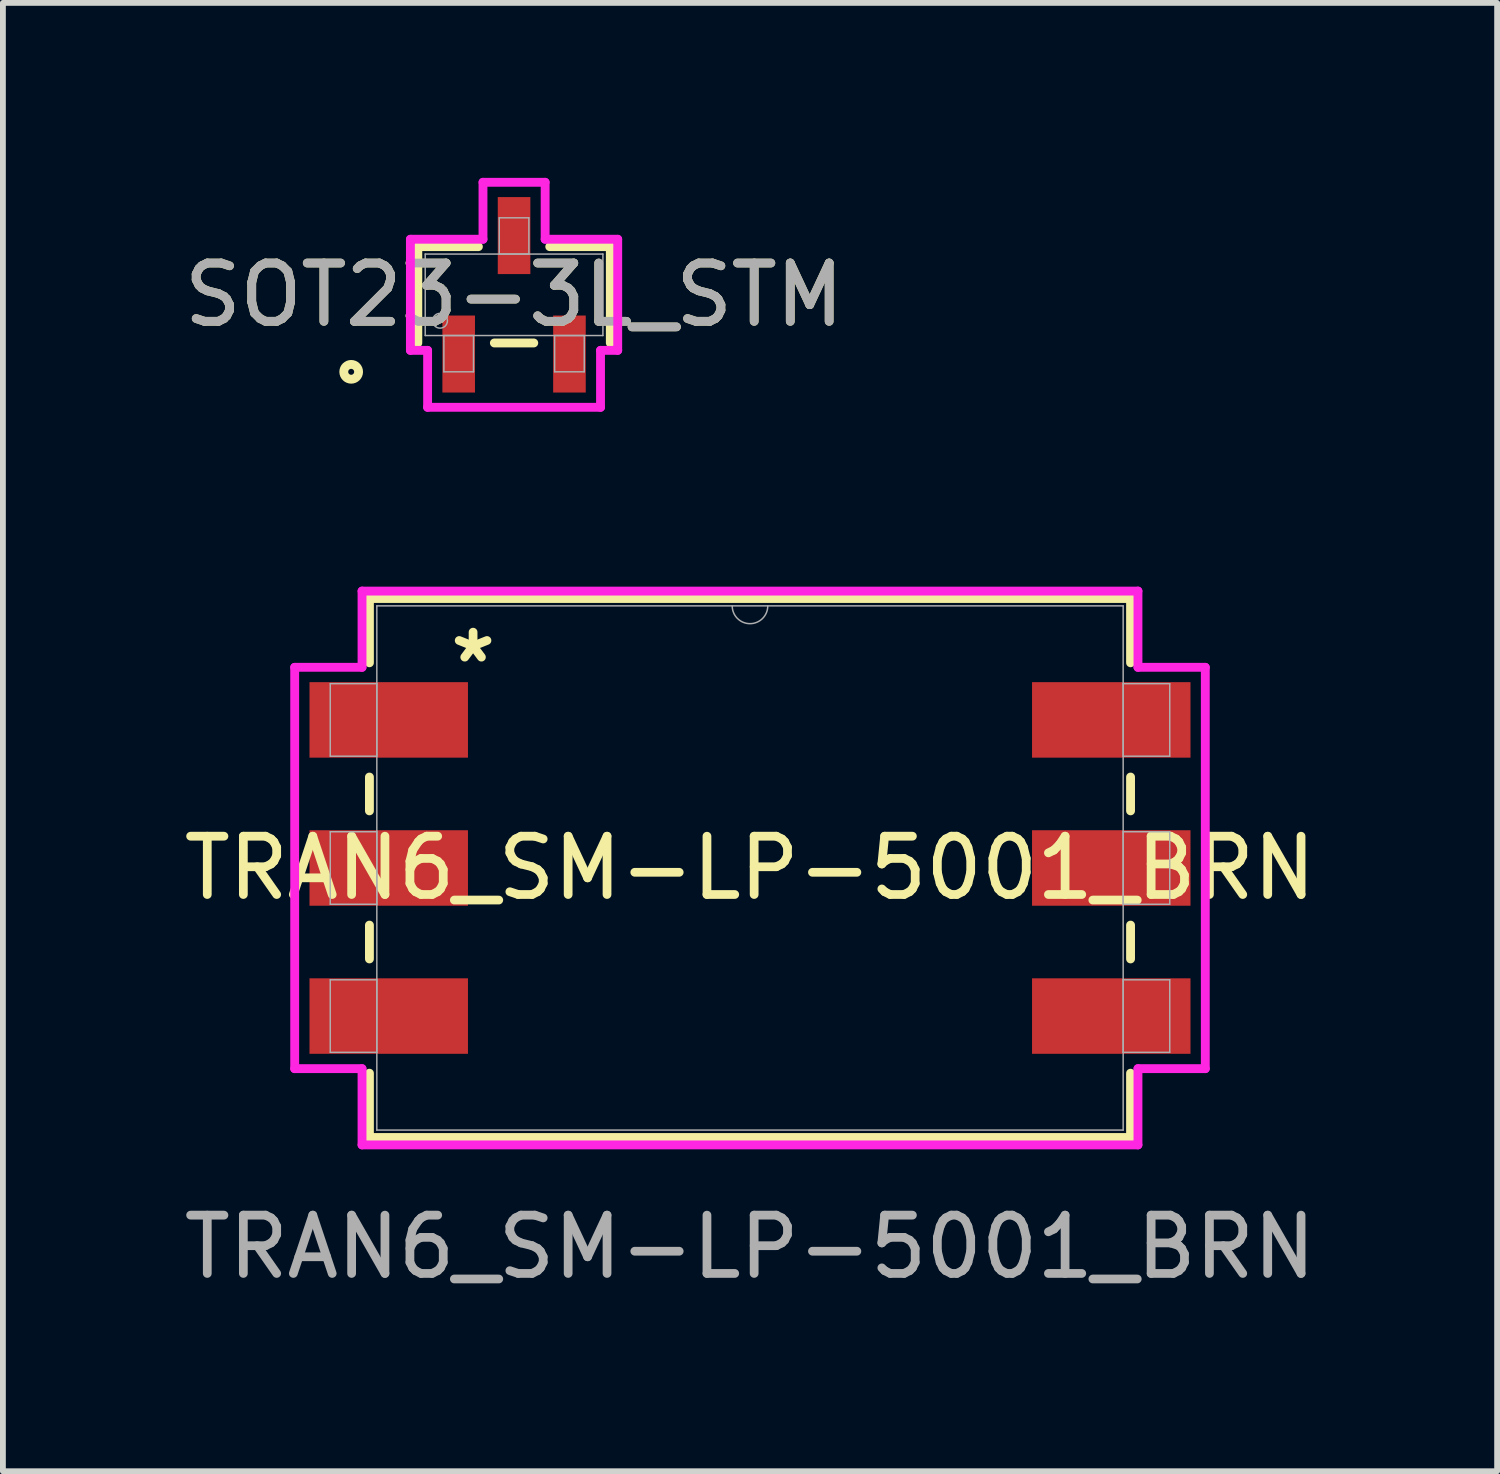
<source format=kicad_pcb>
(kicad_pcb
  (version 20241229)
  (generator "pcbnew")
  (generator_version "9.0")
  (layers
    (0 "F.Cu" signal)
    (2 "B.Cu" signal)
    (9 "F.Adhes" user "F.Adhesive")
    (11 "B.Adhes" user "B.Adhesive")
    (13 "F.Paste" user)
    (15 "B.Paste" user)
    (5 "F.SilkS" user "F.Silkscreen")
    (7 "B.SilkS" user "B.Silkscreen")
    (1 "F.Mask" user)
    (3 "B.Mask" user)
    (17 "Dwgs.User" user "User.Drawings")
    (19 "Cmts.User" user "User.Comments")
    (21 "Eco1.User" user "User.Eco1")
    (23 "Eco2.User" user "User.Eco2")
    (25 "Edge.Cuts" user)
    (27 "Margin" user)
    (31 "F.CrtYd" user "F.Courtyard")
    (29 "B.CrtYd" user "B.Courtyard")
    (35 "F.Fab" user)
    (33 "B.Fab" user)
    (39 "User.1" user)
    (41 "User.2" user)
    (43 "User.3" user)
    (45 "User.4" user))
  (footprint "SOT23-3L_STM"
    (layer "F.Cu")
    (at 5.768 2.007)
    (property "Reference" "SOT23-3L_STM" (at 0 0 0) (unlocked yes) (layer "F.SilkS") (effects (font (size 1 1) (thickness 0.15))))
    (attr smd)
    (fp_line (start -1.651 -0.826) (end -1.651 0.826) (stroke (width 0.152) (type solid)) (layer "F.SilkS"))
    (fp_line (start -0.612 -0.826) (end -1.651 -0.826) (stroke (width 0.152) (type solid)) (layer "F.SilkS"))
    (fp_line (start -0.338 0.826) (end 0.338 0.826) (stroke (width 0.152) (type solid)) (layer "F.SilkS"))
    (fp_line (start 1.651 -0.826) (end 0.612 -0.826) (stroke (width 0.152) (type solid)) (layer "F.SilkS"))
    (fp_line (start 1.651 0.826) (end 1.651 -0.826) (stroke (width 0.152) (type solid)) (layer "F.SilkS"))
    (fp_circle (center -2.794 1.321) (end -2.667 1.321) (stroke (width 0.152) (type solid)) (fill no) (layer "F.SilkS"))
    (fp_line (start -1.778 -0.953) (end -0.533 -0.953) (stroke (width 0.152) (type solid)) (layer "F.CrtYd"))
    (fp_line (start -1.778 0.953) (end -1.778 -0.953) (stroke (width 0.152) (type solid)) (layer "F.CrtYd"))
    (fp_line (start -1.778 0.953) (end -1.483 0.953) (stroke (width 0.152) (type solid)) (layer "F.CrtYd"))
    (fp_line (start -1.483 0.953) (end -1.483 1.93) (stroke (width 0.152) (type solid)) (layer "F.CrtYd"))
    (fp_line (start -1.483 1.93) (end 1.483 1.93) (stroke (width 0.152) (type solid)) (layer "F.CrtYd"))
    (fp_line (start -0.533 -1.93) (end 0.533 -1.93) (stroke (width 0.152) (type solid)) (layer "F.CrtYd"))
    (fp_line (start -0.533 -0.953) (end -0.533 -1.93) (stroke (width 0.152) (type solid)) (layer "F.CrtYd"))
    (fp_line (start 0.533 -0.953) (end 0.533 -1.93) (stroke (width 0.152) (type solid)) (layer "F.CrtYd"))
    (fp_line (start 1.483 0.953) (end 1.483 1.93) (stroke (width 0.152) (type solid)) (layer "F.CrtYd"))
    (fp_line (start 1.778 -0.953) (end 0.533 -0.953) (stroke (width 0.152) (type solid)) (layer "F.CrtYd"))
    (fp_line (start 1.778 -0.953) (end 1.778 0.953) (stroke (width 0.152) (type solid)) (layer "F.CrtYd"))
    (fp_line (start 1.778 0.953) (end 1.483 0.953) (stroke (width 0.152) (type solid)) (layer "F.CrtYd"))
    (fp_line (start -1.524 -0.699) (end -1.524 0.699) (stroke (width 0.025) (type solid)) (layer "F.Fab"))
    (fp_line (start -1.524 0.699) (end 1.524 0.699) (stroke (width 0.025) (type solid)) (layer "F.Fab"))
    (fp_line (start -1.204 0.699) (end -1.204 1.321) (stroke (width 0.025) (type solid)) (layer "F.Fab"))
    (fp_line (start -1.204 1.321) (end -0.696 1.321) (stroke (width 0.025) (type solid)) (layer "F.Fab"))
    (fp_line (start -0.696 0.699) (end -1.204 0.699) (stroke (width 0.025) (type solid)) (layer "F.Fab"))
    (fp_line (start -0.696 1.321) (end -0.696 0.699) (stroke (width 0.025) (type solid)) (layer "F.Fab"))
    (fp_line (start -0.254 -1.321) (end -0.254 -0.699) (stroke (width 0.025) (type solid)) (layer "F.Fab"))
    (fp_line (start -0.254 -0.699) (end 0.254 -0.699) (stroke (width 0.025) (type solid)) (layer "F.Fab"))
    (fp_line (start 0.254 -1.321) (end -0.254 -1.321) (stroke (width 0.025) (type solid)) (layer "F.Fab"))
    (fp_line (start 0.254 -0.699) (end 0.254 -1.321) (stroke (width 0.025) (type solid)) (layer "F.Fab"))
    (fp_line (start 0.696 0.699) (end 0.696 1.321) (stroke (width 0.025) (type solid)) (layer "F.Fab"))
    (fp_line (start 0.696 1.321) (end 1.204 1.321) (stroke (width 0.025) (type solid)) (layer "F.Fab"))
    (fp_line (start 1.204 0.699) (end 0.696 0.699) (stroke (width 0.025) (type solid)) (layer "F.Fab"))
    (fp_line (start 1.204 1.321) (end 1.204 0.699) (stroke (width 0.025) (type solid)) (layer "F.Fab"))
    (fp_line (start 1.524 -0.699) (end -1.524 -0.699) (stroke (width 0.025) (type solid)) (layer "F.Fab"))
    (fp_line (start 1.524 0.699) (end 1.524 -0.699) (stroke (width 0.025) (type solid)) (layer "F.Fab"))
    (fp_circle (center -1.27 0.445) (end -1.143 0.445) (stroke (width 0.025) (type solid)) (fill no) (layer "F.Fab"))
    (fp_text user "${REFERENCE}" (at 0 0 0) (unlocked yes) (layer "F.Fab") (effects (font (size 1 1) (thickness 0.15))))
    (pad "1" smd rect (at -0.95 1.016) (size 0.559 1.321) (layers "F.Cu" "F.Mask" "F.Paste"))
    (pad "2" smd rect (at 0.95 1.016) (size 0.559 1.321) (layers "F.Cu" "F.Mask" "F.Paste"))
    (pad "3" smd rect (at 0 -1.016) (size 0.559 1.321) (layers "F.Cu" "F.Mask" "F.Paste")))
  (footprint "TRAN6_SM-LP-5001_BRN"
    (layer "F.Cu")
    (at 9.815 11.839)
    (property "Reference" "TRAN6_SM-LP-5001_BRN" (at 0 0 0) (unlocked yes) (layer "F.SilkS") (effects (font (size 1 1) (thickness 0.15))))
    (attr smd)
    (fp_line (start -6.528 -4.623) (end -6.528 -3.52) (stroke (width 0.152) (type solid)) (layer "F.SilkS"))
    (fp_line (start -6.528 -1.56) (end -6.528 -0.98) (stroke (width 0.152) (type solid)) (layer "F.SilkS"))
    (fp_line (start -6.528 0.98) (end -6.528 1.56) (stroke (width 0.152) (type solid)) (layer "F.SilkS"))
    (fp_line (start -6.528 3.52) (end -6.528 4.623) (stroke (width 0.152) (type solid)) (layer "F.SilkS"))
    (fp_line (start -6.528 4.623) (end 6.528 4.623) (stroke (width 0.152) (type solid)) (layer "F.SilkS"))
    (fp_line (start 6.528 -4.623) (end -6.528 -4.623) (stroke (width 0.152) (type solid)) (layer "F.SilkS"))
    (fp_line (start 6.528 -3.52) (end 6.528 -4.623) (stroke (width 0.152) (type solid)) (layer "F.SilkS"))
    (fp_line (start 6.528 -0.98) (end 6.528 -1.56) (stroke (width 0.152) (type solid)) (layer "F.SilkS"))
    (fp_line (start 6.528 1.56) (end 6.528 0.98) (stroke (width 0.152) (type solid)) (layer "F.SilkS"))
    (fp_line (start 6.528 4.623) (end 6.528 3.52) (stroke (width 0.152) (type solid)) (layer "F.SilkS"))
    (fp_line (start -7.81 -3.442) (end -6.655 -3.442) (stroke (width 0.152) (type solid)) (layer "F.CrtYd"))
    (fp_line (start -7.81 3.442) (end -7.81 -3.442) (stroke (width 0.152) (type solid)) (layer "F.CrtYd"))
    (fp_line (start -7.81 3.442) (end -6.655 3.442) (stroke (width 0.152) (type solid)) (layer "F.CrtYd"))
    (fp_line (start -6.655 -4.75) (end 6.655 -4.75) (stroke (width 0.152) (type solid)) (layer "F.CrtYd"))
    (fp_line (start -6.655 -3.442) (end -6.655 -4.75) (stroke (width 0.152) (type solid)) (layer "F.CrtYd"))
    (fp_line (start -6.655 4.75) (end -6.655 3.442) (stroke (width 0.152) (type solid)) (layer "F.CrtYd"))
    (fp_line (start 6.655 -4.75) (end 6.655 -3.442) (stroke (width 0.152) (type solid)) (layer "F.CrtYd"))
    (fp_line (start 6.655 3.442) (end 6.655 4.75) (stroke (width 0.152) (type solid)) (layer "F.CrtYd"))
    (fp_line (start 6.655 4.75) (end -6.655 4.75) (stroke (width 0.152) (type solid)) (layer "F.CrtYd"))
    (fp_line (start 7.81 -3.442) (end 6.655 -3.442) (stroke (width 0.152) (type solid)) (layer "F.CrtYd"))
    (fp_line (start 7.81 -3.442) (end 7.81 3.442) (stroke (width 0.152) (type solid)) (layer "F.CrtYd"))
    (fp_line (start 7.81 3.442) (end 6.655 3.442) (stroke (width 0.152) (type solid)) (layer "F.CrtYd"))
    (fp_line (start -7.2 -3.162) (end -7.2 -1.918) (stroke (width 0.025) (type solid)) (layer "F.Fab"))
    (fp_line (start -7.2 -1.918) (end -6.401 -1.918) (stroke (width 0.025) (type solid)) (layer "F.Fab"))
    (fp_line (start -7.2 -0.622) (end -7.2 0.622) (stroke (width 0.025) (type solid)) (layer "F.Fab"))
    (fp_line (start -7.2 0.622) (end -6.401 0.622) (stroke (width 0.025) (type solid)) (layer "F.Fab"))
    (fp_line (start -7.2 1.918) (end -7.2 3.162) (stroke (width 0.025) (type solid)) (layer "F.Fab"))
    (fp_line (start -7.2 3.162) (end -6.401 3.162) (stroke (width 0.025) (type solid)) (layer "F.Fab"))
    (fp_line (start -6.401 -4.496) (end -6.401 4.496) (stroke (width 0.025) (type solid)) (layer "F.Fab"))
    (fp_line (start -6.401 -3.162) (end -7.2 -3.162) (stroke (width 0.025) (type solid)) (layer "F.Fab"))
    (fp_line (start -6.401 -1.918) (end -6.401 -3.162) (stroke (width 0.025) (type solid)) (layer "F.Fab"))
    (fp_line (start -6.401 -0.622) (end -7.2 -0.622) (stroke (width 0.025) (type solid)) (layer "F.Fab"))
    (fp_line (start -6.401 0.622) (end -6.401 -0.622) (stroke (width 0.025) (type solid)) (layer "F.Fab"))
    (fp_line (start -6.401 1.918) (end -7.2 1.918) (stroke (width 0.025) (type solid)) (layer "F.Fab"))
    (fp_line (start -6.401 3.162) (end -6.401 1.918) (stroke (width 0.025) (type solid)) (layer "F.Fab"))
    (fp_line (start -6.401 4.496) (end 6.401 4.496) (stroke (width 0.025) (type solid)) (layer "F.Fab"))
    (fp_line (start 6.401 -4.496) (end -6.401 -4.496) (stroke (width 0.025) (type solid)) (layer "F.Fab"))
    (fp_line (start 6.401 -3.162) (end 6.401 -1.918) (stroke (width 0.025) (type solid)) (layer "F.Fab"))
    (fp_line (start 6.401 -1.918) (end 7.2 -1.918) (stroke (width 0.025) (type solid)) (layer "F.Fab"))
    (fp_line (start 6.401 -0.622) (end 6.401 0.622) (stroke (width 0.025) (type solid)) (layer "F.Fab"))
    (fp_line (start 6.401 0.622) (end 7.2 0.622) (stroke (width 0.025) (type solid)) (layer "F.Fab"))
    (fp_line (start 6.401 1.918) (end 6.401 3.162) (stroke (width 0.025) (type solid)) (layer "F.Fab"))
    (fp_line (start 6.401 3.162) (end 7.2 3.162) (stroke (width 0.025) (type solid)) (layer "F.Fab"))
    (fp_line (start 6.401 4.496) (end 6.401 -4.496) (stroke (width 0.025) (type solid)) (layer "F.Fab"))
    (fp_line (start 7.2 -3.162) (end 6.401 -3.162) (stroke (width 0.025) (type solid)) (layer "F.Fab"))
    (fp_line (start 7.2 -1.918) (end 7.2 -3.162) (stroke (width 0.025) (type solid)) (layer "F.Fab"))
    (fp_line (start 7.2 -0.622) (end 6.401 -0.622) (stroke (width 0.025) (type solid)) (layer "F.Fab"))
    (fp_line (start 7.2 0.622) (end 7.2 -0.622) (stroke (width 0.025) (type solid)) (layer "F.Fab"))
    (fp_line (start 7.2 1.918) (end 6.401 1.918) (stroke (width 0.025) (type solid)) (layer "F.Fab"))
    (fp_line (start 7.2 3.162) (end 7.2 1.918) (stroke (width 0.025) (type solid)) (layer "F.Fab"))
    (fp_arc (start 0.3048 -4.4958) (mid 0 -4.191) (end -0.3048 -4.4958) (stroke (width 0.0254) (type solid)) (layer "F.Fab"))
    (fp_text user "*" (at -4.75 -3.5 0) (unlocked yes) (layer "F.SilkS") (effects (font (size 1 1) (thickness 0.15))))
    (fp_text user "${REFERENCE}" (at 0 6.5 0) (unlocked yes) (layer "F.Fab") (effects (font (size 1 1) (thickness 0.15))))
    (pad "1" smd rect (at -6.197 -2.54) (size 2.718 1.295) (layers "F.Cu" "F.Mask" "F.Paste"))
    (pad "2" smd rect (at -6.197 0) (size 2.718 1.295) (layers "F.Cu" "F.Mask" "F.Paste"))
    (pad "3" smd rect (at -6.197 2.54) (size 2.718 1.295) (layers "F.Cu" "F.Mask" "F.Paste"))
    (pad "4" smd rect (at 6.197 2.54) (size 2.718 1.295) (layers "F.Cu" "F.Mask" "F.Paste"))
    (pad "5" smd rect (at 6.197 0) (size 2.718 1.295) (layers "F.Cu" "F.Mask" "F.Paste"))
    (pad "6" smd rect (at 6.197 -2.54) (size 2.718 1.295) (layers "F.Cu" "F.Mask" "F.Paste")))
  (gr_rect
    (start -3 -3)
    (end 22.631 22.187)
    (stroke (width 0.1) (type default))
    (fill no)
    (layer "Edge.Cuts")))
</source>
